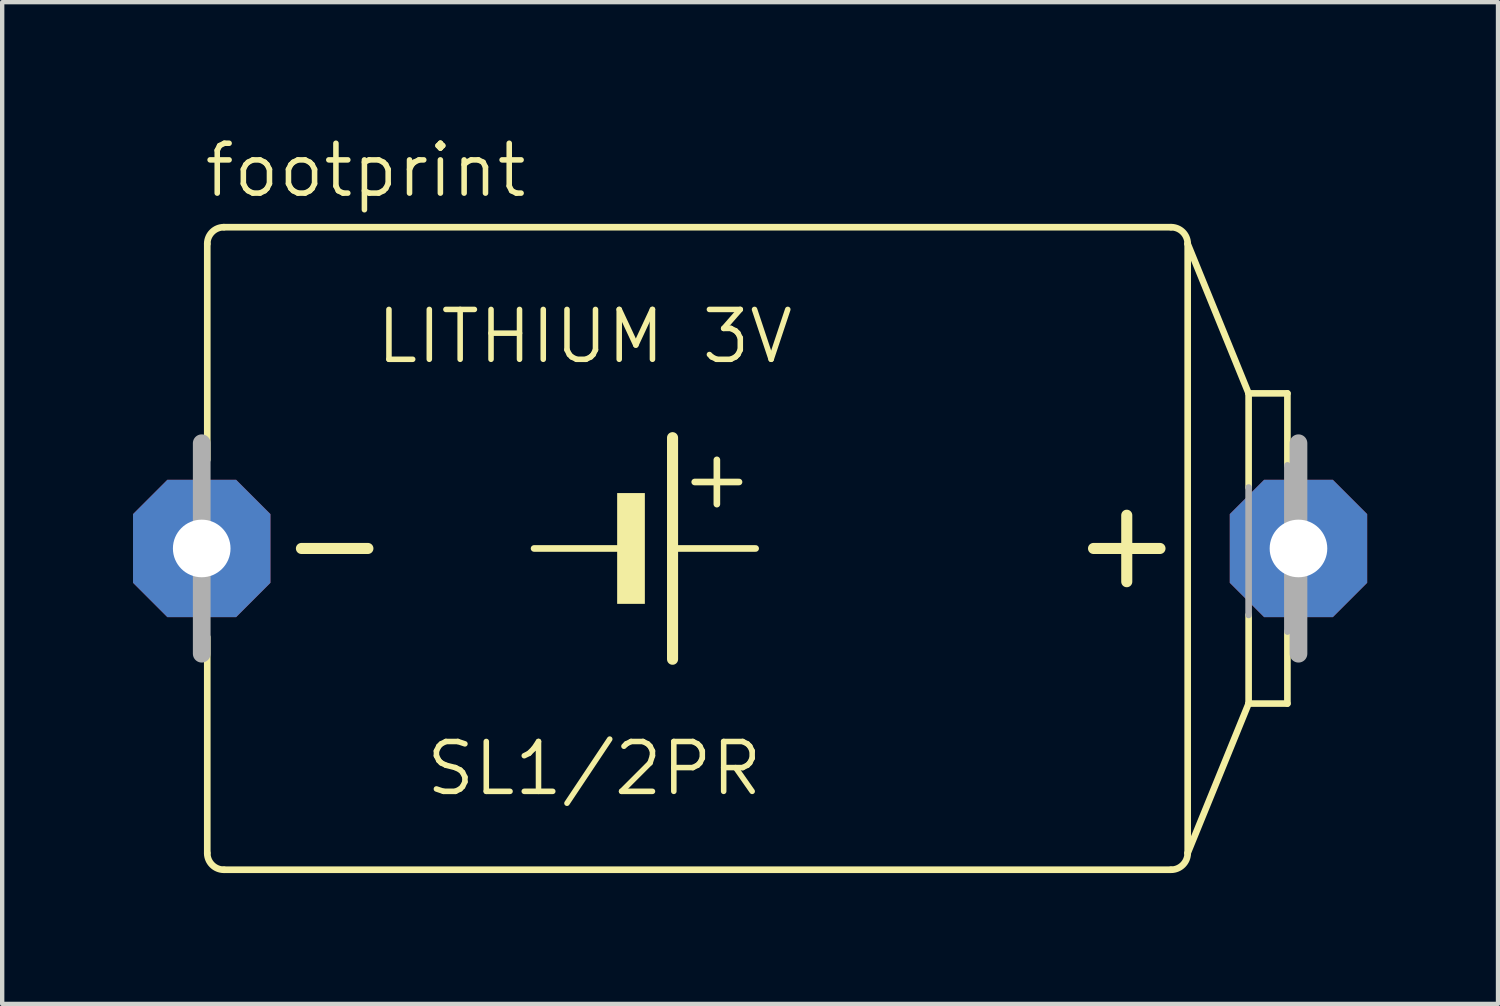
<source format=kicad_pcb>
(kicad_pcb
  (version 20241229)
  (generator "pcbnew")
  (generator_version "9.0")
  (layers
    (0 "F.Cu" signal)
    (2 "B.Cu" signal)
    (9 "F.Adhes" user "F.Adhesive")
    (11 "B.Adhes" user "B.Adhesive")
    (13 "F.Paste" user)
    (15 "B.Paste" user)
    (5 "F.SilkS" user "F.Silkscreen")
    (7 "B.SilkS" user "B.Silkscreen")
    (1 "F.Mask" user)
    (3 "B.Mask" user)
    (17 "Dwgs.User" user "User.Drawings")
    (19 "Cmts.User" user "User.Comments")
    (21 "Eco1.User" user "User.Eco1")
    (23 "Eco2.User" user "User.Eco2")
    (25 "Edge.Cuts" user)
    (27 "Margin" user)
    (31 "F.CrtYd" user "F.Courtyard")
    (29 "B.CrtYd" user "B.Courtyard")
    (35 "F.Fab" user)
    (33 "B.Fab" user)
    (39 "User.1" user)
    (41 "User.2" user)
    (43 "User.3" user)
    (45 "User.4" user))
  (footprint "footprint"
    (layer "F.Cu")
    (at 14.275 9.525)
    (property "Reference" "footprint" (at -12.7 -8.001 0) (layer "F.SilkS") (effects (font (size 1.143 1.143) (thickness 0.127)) (justify left bottom)))
    (fp_line (start -12.573 -6.985) (end -12.573 -2.032) (stroke (width 0.152) (type solid)) (layer "F.SilkS"))
    (fp_line (start -12.573 6.985) (end -12.573 2.032) (stroke (width 0.152) (type solid)) (layer "F.SilkS"))
    (fp_line (start -10.414 0) (end -8.89 0) (stroke (width 0.254) (type solid)) (layer "F.SilkS"))
    (fp_line (start -5.08 0) (end -3.175 0) (stroke (width 0.152) (type solid)) (layer "F.SilkS"))
    (fp_line (start -1.905 -2.54) (end -1.905 0) (stroke (width 0.254) (type solid)) (layer "F.SilkS"))
    (fp_line (start -1.905 0) (end -1.905 2.54) (stroke (width 0.254) (type solid)) (layer "F.SilkS"))
    (fp_line (start -1.905 0) (end 0 0) (stroke (width 0.152) (type solid)) (layer "F.SilkS"))
    (fp_line (start -1.397 -1.524) (end -0.381 -1.524) (stroke (width 0.152) (type solid)) (layer "F.SilkS"))
    (fp_line (start -0.889 -2.032) (end -0.889 -1.016) (stroke (width 0.152) (type solid)) (layer "F.SilkS"))
    (fp_line (start 7.747 0) (end 9.271 0) (stroke (width 0.254) (type solid)) (layer "F.SilkS"))
    (fp_line (start 8.509 0.762) (end 8.509 -0.762) (stroke (width 0.254) (type solid)) (layer "F.SilkS"))
    (fp_line (start 9.525 -7.366) (end -12.192 -7.366) (stroke (width 0.152) (type solid)) (layer "F.SilkS"))
    (fp_line (start 9.525 7.366) (end -12.192 7.366) (stroke (width 0.152) (type solid)) (layer "F.SilkS"))
    (fp_line (start 9.906 -6.985) (end 9.906 6.985) (stroke (width 0.152) (type solid)) (layer "F.SilkS"))
    (fp_line (start 9.906 6.985) (end 11.303 3.556) (stroke (width 0.152) (type solid)) (layer "F.SilkS"))
    (fp_line (start 11.303 -3.556) (end 9.906 -6.985) (stroke (width 0.152) (type solid)) (layer "F.SilkS"))
    (fp_line (start 11.303 -1.397) (end 11.303 -3.556) (stroke (width 0.152) (type solid)) (layer "F.SilkS"))
    (fp_line (start 11.303 3.556) (end 11.303 1.524) (stroke (width 0.152) (type solid)) (layer "F.SilkS"))
    (fp_line (start 12.192 -3.556) (end 11.303 -3.556) (stroke (width 0.152) (type solid)) (layer "F.SilkS"))
    (fp_line (start 12.192 -1.905) (end 12.192 -3.556) (stroke (width 0.152) (type solid)) (layer "F.SilkS"))
    (fp_line (start 12.192 3.556) (end 11.303 3.556) (stroke (width 0.152) (type solid)) (layer "F.SilkS"))
    (fp_line (start 12.192 3.556) (end 12.192 1.905) (stroke (width 0.152) (type solid)) (layer "F.SilkS"))
    (fp_arc (start -12.573 -6.985) (mid -12.461408 -7.254408) (end -12.192 -7.366) (stroke (width 0.1524) (type solid)) (layer "F.SilkS"))
    (fp_arc (start -12.192 7.366) (mid -12.461408 7.254408) (end -12.573 6.985) (stroke (width 0.1524) (type solid)) (layer "F.SilkS"))
    (fp_arc (start 9.525 -7.366) (mid 9.794408 -7.254408) (end 9.906 -6.985) (stroke (width 0.1524) (type solid)) (layer "F.SilkS"))
    (fp_arc (start 9.906 6.985) (mid 9.794408 7.254408) (end 9.525 7.366) (stroke (width 0.1524) (type solid)) (layer "F.SilkS"))
    (fp_poly (pts (xy -3.175 1.27) (xy -2.54 1.27) (xy -2.54 -1.27) (xy -3.175 -1.27)) (stroke (width 0) (type solid)) (fill yes) (layer "F.SilkS"))
    (fp_line (start -12.7 2.413) (end -12.7 -2.413) (stroke (width 0.406) (type solid)) (layer "F.Fab"))
    (fp_line (start 11.303 1.524) (end 11.303 -1.397) (stroke (width 0.152) (type solid)) (layer "F.Fab"))
    (fp_line (start 12.192 1.905) (end 12.192 -1.905) (stroke (width 0.152) (type solid)) (layer "F.Fab"))
    (fp_line (start 12.446 2.413) (end 12.446 -2.413) (stroke (width 0.406) (type solid)) (layer "F.Fab"))
    (fp_text user "LITHIUM 3V" (at -8.763 -4.191 0) (layer "F.SilkS") (effects (font (size 1.143 1.143) (thickness 0.127)) (justify left bottom)))
    (fp_text user "SL1/2PR" (at -7.62 5.715 0) (layer "F.SilkS") (effects (font (size 1.143 1.143) (thickness 0.127)) (justify left bottom)))
    (pad "+" thru_hole roundrect (at 12.446 0) (size 3.15 3.15) (drill 1.321) (layers "*.Cu" "*.Mask") (roundrect_rratio 0.25) (chamfer_ratio 0.25) (chamfer top_left top_right bottom_left bottom_right))
    (pad "-" thru_hole roundrect (at -12.7 0) (size 3.15 3.15) (drill 1.321) (layers "*.Cu" "*.Mask") (roundrect_rratio 0.25) (chamfer_ratio 0.25) (chamfer top_left top_right bottom_left bottom_right)))
  (gr_rect
    (start -3 -3)
    (end 31.296 19.967)
    (stroke (width 0.1) (type default))
    (fill no)
    (layer "Edge.Cuts")))
</source>
